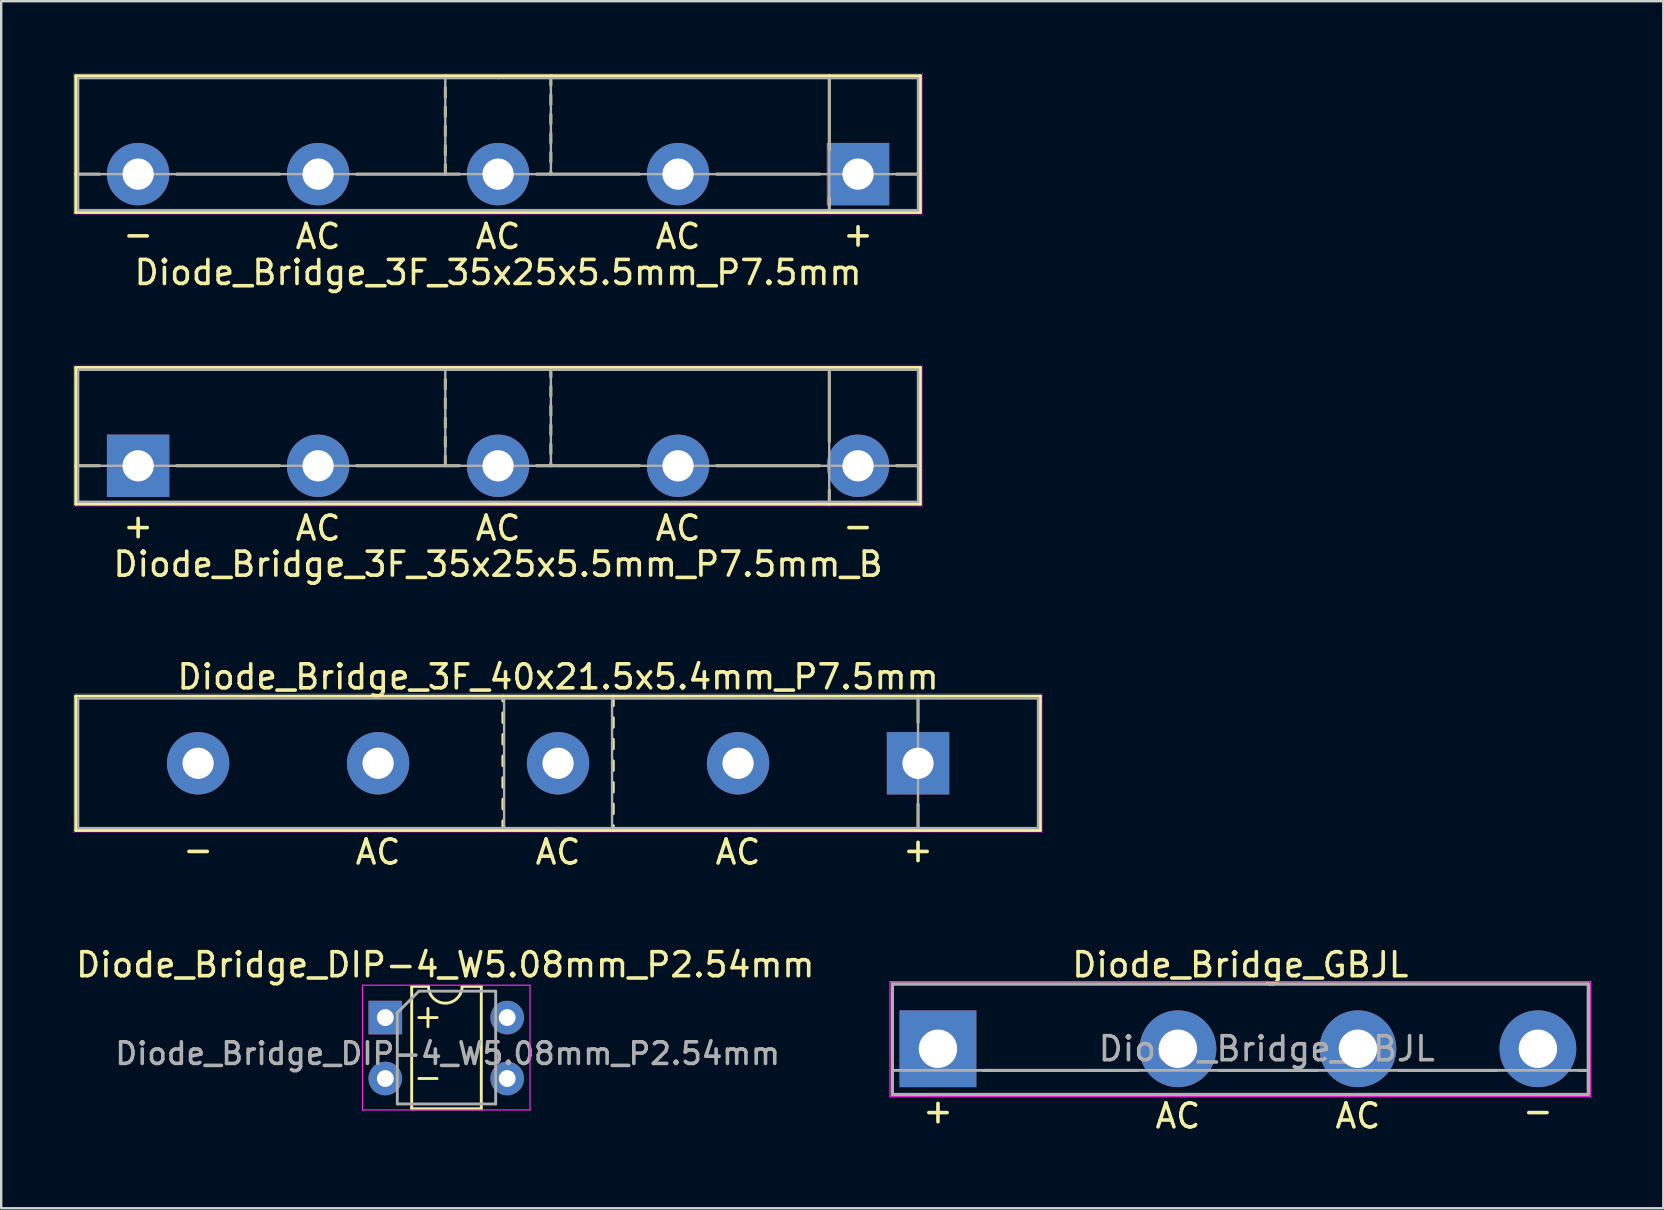
<source format=kicad_pcb>
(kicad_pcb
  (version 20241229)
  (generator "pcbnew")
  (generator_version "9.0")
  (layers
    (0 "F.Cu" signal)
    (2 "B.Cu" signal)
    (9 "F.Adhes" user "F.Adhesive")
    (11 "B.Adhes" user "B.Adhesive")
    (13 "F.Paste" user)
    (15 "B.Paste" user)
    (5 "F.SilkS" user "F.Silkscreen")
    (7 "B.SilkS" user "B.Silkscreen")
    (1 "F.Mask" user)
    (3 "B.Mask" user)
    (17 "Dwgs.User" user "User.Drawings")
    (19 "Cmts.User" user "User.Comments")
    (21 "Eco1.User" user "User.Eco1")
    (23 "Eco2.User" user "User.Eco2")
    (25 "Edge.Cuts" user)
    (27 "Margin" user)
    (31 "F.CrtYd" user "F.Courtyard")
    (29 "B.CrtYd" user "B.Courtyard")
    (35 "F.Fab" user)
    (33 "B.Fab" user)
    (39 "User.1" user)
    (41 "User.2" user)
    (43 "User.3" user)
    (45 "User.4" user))
  (footprint "Diode_Bridge_3F_35x25x5.5mm_P7.5mm"
    (layer "F.Cu")
    (at 32.706 4.206)
    (property "Reference" "Diode_Bridge_3F_35x25x5.5mm_P7.5mm" (at -15 4.1 0) (unlocked yes) (layer "F.SilkS") (effects (font (size 1 1) (thickness 0.15))))
    (fp_line (start -32.6 -4.1) (end 2.6 -4.1) (stroke (width 0.12) (type solid)) (layer "F.SilkS"))
    (fp_line (start -32.6 0) (end -31.6 0) (stroke (width 0.12) (type solid)) (layer "F.SilkS"))
    (fp_line (start -32.6 1.6) (end -32.6 -4.1) (stroke (width 0.12) (type solid)) (layer "F.SilkS"))
    (fp_line (start -28.4 0) (end -24.1 0) (stroke (width 0.12) (type solid)) (layer "F.SilkS"))
    (fp_line (start -20.9 0) (end -16.6 0) (stroke (width 0.12) (type solid)) (layer "F.SilkS"))
    (fp_line (start -17.2 -4) (end -17.2 -4.1) (stroke (width 0.12) (type solid)) (layer "F.SilkS"))
    (fp_line (start -17.2 -3.2) (end -17.2 -3.6) (stroke (width 0.12) (type solid)) (layer "F.SilkS"))
    (fp_line (start -17.2 -2.4) (end -17.2 -2.8) (stroke (width 0.12) (type solid)) (layer "F.SilkS"))
    (fp_line (start -17.2 -1.6) (end -17.2 -2) (stroke (width 0.12) (type solid)) (layer "F.SilkS"))
    (fp_line (start -17.2 -0.8) (end -17.2 -1.2) (stroke (width 0.12) (type solid)) (layer "F.SilkS"))
    (fp_line (start -17.2 0) (end -17.2 -0.4) (stroke (width 0.12) (type solid)) (layer "F.SilkS"))
    (fp_line (start -13.4 0) (end -9.1 0) (stroke (width 0.12) (type solid)) (layer "F.SilkS"))
    (fp_line (start -12.8 -4.1) (end -12.8 -3.7) (stroke (width 0.12) (type solid)) (layer "F.SilkS"))
    (fp_line (start -12.8 -3.3) (end -12.8 -2.9) (stroke (width 0.12) (type solid)) (layer "F.SilkS"))
    (fp_line (start -12.8 -2.5) (end -12.8 -2.1) (stroke (width 0.12) (type solid)) (layer "F.SilkS"))
    (fp_line (start -12.8 -1.7) (end -12.8 -1.3) (stroke (width 0.12) (type solid)) (layer "F.SilkS"))
    (fp_line (start -12.8 -0.9) (end -12.8 -0.5) (stroke (width 0.12) (type solid)) (layer "F.SilkS"))
    (fp_line (start -12.8 -0.1) (end -12.8 0) (stroke (width 0.12) (type solid)) (layer "F.SilkS"))
    (fp_line (start -5.9 0) (end -1.6 0) (stroke (width 0.12) (type solid)) (layer "F.SilkS"))
    (fp_line (start -1.2 -4.1) (end -1.2 -1) (stroke (width 0.12) (type solid)) (layer "F.SilkS"))
    (fp_line (start -1.2 1.6) (end -1.2 1) (stroke (width 0.12) (type solid)) (layer "F.SilkS"))
    (fp_line (start 1.6 0) (end 2.6 0) (stroke (width 0.12) (type solid)) (layer "F.SilkS"))
    (fp_line (start 2.6 -4.1) (end 2.6 1.6) (stroke (width 0.12) (type solid)) (layer "F.SilkS"))
    (fp_line (start 2.6 1.6) (end -32.6 1.6) (stroke (width 0.12) (type solid)) (layer "F.SilkS"))
    (fp_line (start -32.7 -4.2) (end 2.7 -4.2) (stroke (width 0.013) (type solid)) (layer "F.CrtYd"))
    (fp_line (start -32.7 1.7) (end -32.7 -4.2) (stroke (width 0.013) (type solid)) (layer "F.CrtYd"))
    (fp_line (start 2.7 -4.2) (end 2.7 1.7) (stroke (width 0.013) (type solid)) (layer "F.CrtYd"))
    (fp_line (start 2.7 1.7) (end -32.7 1.7) (stroke (width 0.013) (type solid)) (layer "F.CrtYd"))
    (fp_line (start -32.5 0) (end -32.5 -4) (stroke (width 0.1) (type solid)) (layer "F.Fab"))
    (fp_line (start -32.5 0) (end -32.5 1.5) (stroke (width 0.1) (type solid)) (layer "F.Fab"))
    (fp_line (start -32.5 1.5) (end 2.5 1.5) (stroke (width 0.1) (type solid)) (layer "F.Fab"))
    (fp_line (start -17.2 -4) (end -17.2 0) (stroke (width 0.1) (type solid)) (layer "F.Fab"))
    (fp_line (start -15 -4) (end -32.5 -4) (stroke (width 0.1) (type solid)) (layer "F.Fab"))
    (fp_line (start -15 -4) (end 2.5 -4) (stroke (width 0.1) (type solid)) (layer "F.Fab"))
    (fp_line (start -12.8 -4) (end -12.8 0) (stroke (width 0.1) (type solid)) (layer "F.Fab"))
    (fp_line (start -1.2 1.5) (end -1.2 -4) (stroke (width 0.1) (type solid)) (layer "F.Fab"))
    (fp_line (start 2.5 -4) (end 2.5 0) (stroke (width 0.1) (type solid)) (layer "F.Fab"))
    (fp_line (start 2.5 0) (end -32.5 0) (stroke (width 0.1) (type solid)) (layer "F.Fab"))
    (fp_line (start 2.5 1.5) (end 2.5 0) (stroke (width 0.1) (type solid)) (layer "F.Fab"))
    (fp_text user "AC" (at -15 2.6 0) (layer "F.SilkS") (effects (font (size 1 1) (thickness 0.15))))
    (fp_text user "+" (at 0 2.5 0) (layer "F.SilkS") (effects (font (size 1 1) (thickness 0.15))))
    (fp_text user "AC" (at -7.5 2.6 0) (layer "F.SilkS") (effects (font (size 1 1) (thickness 0.15))))
    (fp_text user "-" (at -30 2.5 0) (layer "F.SilkS") (effects (font (size 1 1) (thickness 0.15))))
    (fp_text user "AC" (at -22.5 2.6 0) (layer "F.SilkS") (effects (font (size 1 1) (thickness 0.15))))
    (pad "1" thru_hole rect (at 0 0) (size 2.6 2.6) (drill 1.3) (layers "*.Cu" "*.Mask"))
    (pad "2" thru_hole circle (at -7.5 0) (size 2.6 2.6) (drill 1.3) (layers "*.Cu" "*.Mask"))
    (pad "3" thru_hole circle (at -15 0) (size 2.6 2.6) (drill 1.3) (layers "*.Cu" "*.Mask"))
    (pad "4" thru_hole circle (at -22.5 0) (size 2.6 2.6) (drill 1.3) (layers "*.Cu" "*.Mask"))
    (pad "5" thru_hole circle (at -30 0) (size 2.6 2.6) (drill 1.3) (layers "*.Cu" "*.Mask")))
  (footprint "Diode_Bridge_GBJL"
    (layer "F.Cu")
    (at 36.037 40.654)
    (property "Reference" "Diode_Bridge_GBJL" (at 12.6 -3.5 0) (layer "F.SilkS") (effects (font (size 1 1) (thickness 0.15))))
    (fp_line (start -1.9 -2.7) (end 27.1 -2.7) (stroke (width 0.12) (type solid)) (layer "F.SilkS"))
    (fp_line (start -1.9 1.9) (end -1.9 -2.7) (stroke (width 0.12) (type solid)) (layer "F.SilkS"))
    (fp_line (start 1.9 0.9) (end 8.3 0.9) (stroke (width 0.12) (type solid)) (layer "F.SilkS"))
    (fp_line (start 11.7 0.9) (end 15.8 0.9) (stroke (width 0.12) (type solid)) (layer "F.SilkS"))
    (fp_line (start 19.2 0.9) (end 23.3 0.9) (stroke (width 0.12) (type solid)) (layer "F.SilkS"))
    (fp_line (start 27.1 -2.7) (end 27.1 1.9) (stroke (width 0.12) (type solid)) (layer "F.SilkS"))
    (fp_line (start 27.1 0.9) (end 26.7 0.9) (stroke (width 0.12) (type solid)) (layer "F.SilkS"))
    (fp_line (start 27.1 1.9) (end -1.9 1.9) (stroke (width 0.12) (type solid)) (layer "F.SilkS"))
    (fp_line (start -2 -2.8) (end 27.2 -2.8) (stroke (width 0.05) (type solid)) (layer "F.CrtYd"))
    (fp_line (start -2 2) (end -2 -2.8) (stroke (width 0.05) (type solid)) (layer "F.CrtYd"))
    (fp_line (start 27.2 -2.8) (end 27.2 2) (stroke (width 0.05) (type solid)) (layer "F.CrtYd"))
    (fp_line (start 27.2 2) (end -2 2) (stroke (width 0.05) (type solid)) (layer "F.CrtYd"))
    (fp_line (start -1.9 -2.7) (end -1.9 1.9) (stroke (width 0.12) (type solid)) (layer "F.Fab"))
    (fp_line (start -1.9 0.9) (end 27.1 0.9) (stroke (width 0.12) (type solid)) (layer "F.Fab"))
    (fp_line (start -1.9 1.9) (end 27.1 1.9) (stroke (width 0.12) (type solid)) (layer "F.Fab"))
    (fp_line (start 27.1 -2.7) (end -1.9 -2.7) (stroke (width 0.12) (type solid)) (layer "F.Fab"))
    (fp_line (start 27.1 1.9) (end 27.1 -2.7) (stroke (width 0.12) (type solid)) (layer "F.Fab"))
    (fp_text user "+" (at 0 2.586 0) (layer "F.SilkS") (effects (font (size 1 1) (thickness 0.15))))
    (fp_text user "AC" (at 10 2.8 0) (layer "F.SilkS") (effects (font (size 1 1) (thickness 0.15))))
    (fp_text user "AC" (at 17.5 2.8 0) (layer "F.SilkS") (effects (font (size 1 1) (thickness 0.15))))
    (fp_text user "-" (at 25 2.586 0) (layer "F.SilkS") (effects (font (size 1 1) (thickness 0.15))))
    (fp_text user "${REFERENCE}" (at 13.7 0 0) (layer "F.Fab") (effects (font (size 1 1) (thickness 0.15))))
    (pad "1" thru_hole rect (at 0 0 180) (size 3.2 3.2) (drill 1.6) (layers "*.Cu" "*.Mask"))
    (pad "2" thru_hole circle (at 10 0 180) (size 3.2 3.2) (drill 1.6) (layers "*.Cu" "*.Mask"))
    (pad "3" thru_hole circle (at 17.5 0 180) (size 3.2 3.2) (drill 1.6) (layers "*.Cu" "*.Mask"))
    (pad "4" thru_hole circle (at 25 0 180) (size 3.2 3.2) (drill 1.6) (layers "*.Cu" "*.Mask")))
  (footprint "Diode_Bridge_DIP-4_W5.08mm_P2.54mm"
    (layer "F.Cu")
    (at 13.006 39.354)
    (property "Reference" "Diode_Bridge_DIP-4_W5.08mm_P2.54mm" (at 2.5 -2.2 0) (layer "F.SilkS") (effects (font (size 1 1) (thickness 0.15))))
    (attr through_hole)
    (fp_line (start 1.1 -1.3) (end 1.1 3.8) (stroke (width 0.12) (type solid)) (layer "F.SilkS"))
    (fp_line (start 1.1 3.8) (end 4 3.8) (stroke (width 0.12) (type solid)) (layer "F.SilkS"))
    (fp_line (start 1.397 0) (end 2.159 0) (stroke (width 0.12) (type solid)) (layer "F.SilkS"))
    (fp_line (start 1.397 2.54) (end 2.159 2.54) (stroke (width 0.12) (type solid)) (layer "F.SilkS"))
    (fp_line (start 1.778 -0.381) (end 1.778 0.381) (stroke (width 0.12) (type solid)) (layer "F.SilkS"))
    (fp_line (start 1.8 -1.3) (end 1.1 -1.3) (stroke (width 0.12) (type solid)) (layer "F.SilkS"))
    (fp_line (start 4 -1.3) (end 3.2 -1.3) (stroke (width 0.12) (type solid)) (layer "F.SilkS"))
    (fp_line (start 4 3.8) (end 4 -1.3) (stroke (width 0.12) (type solid)) (layer "F.SilkS"))
    (fp_arc (start 3.2 -1.3) (mid 2.5 -0.6) (end 1.8 -1.3) (stroke (width 0.12) (type solid)) (layer "F.SilkS"))
    (fp_line (start -0.95 -1.35) (end -0.95 3.85) (stroke (width 0.05) (type solid)) (layer "F.CrtYd"))
    (fp_line (start -0.95 -1.35) (end 6.03 -1.35) (stroke (width 0.05) (type solid)) (layer "F.CrtYd"))
    (fp_line (start 6.03 3.85) (end -0.95 3.85) (stroke (width 0.05) (type solid)) (layer "F.CrtYd"))
    (fp_line (start 6.03 3.85) (end 6.03 -1.35) (stroke (width 0.05) (type solid)) (layer "F.CrtYd"))
    (fp_line (start 0.5 -0.2) (end 1.4 -1.1) (stroke (width 0.12) (type solid)) (layer "F.Fab"))
    (fp_line (start 0.5 3.6) (end 0.5 -0.2) (stroke (width 0.12) (type solid)) (layer "F.Fab"))
    (fp_line (start 1.4 -1.1) (end 4.6 -1.1) (stroke (width 0.12) (type solid)) (layer "F.Fab"))
    (fp_line (start 4.6 -1.1) (end 4.6 3.6) (stroke (width 0.12) (type solid)) (layer "F.Fab"))
    (fp_line (start 4.6 3.6) (end 0.5 3.6) (stroke (width 0.12) (type solid)) (layer "F.Fab"))
    (fp_text user "${REFERENCE}" (at 2.6 1.5 0) (layer "F.Fab") (effects (font (size 0.9 0.9) (thickness 0.15))))
    (pad "1" thru_hole rect (at 0 0) (size 1.4 1.4) (drill 0.7) (layers "*.Cu" "*.Mask"))
    (pad "2" thru_hole circle (at 0 2.54) (size 1.4 1.4) (drill 0.7) (layers "*.Cu" "*.Mask"))
    (pad "3" thru_hole circle (at 5.08 2.54) (size 1.4 1.4) (drill 0.7) (layers "*.Cu" "*.Mask"))
    (pad "4" thru_hole circle (at 5.08 0) (size 1.4 1.4) (drill 0.7) (layers "*.Cu" "*.Mask")))
  (footprint "Diode_Bridge_3F_35x25x5.5mm_P7.5mm_B"
    (layer "F.Cu")
    (at 2.706 16.361)
    (property "Reference" "Diode_Bridge_3F_35x25x5.5mm_P7.5mm_B" (at 15 4.1 0) (unlocked yes) (layer "F.SilkS") (effects (font (size 1 1) (thickness 0.15))))
    (fp_line (start -2.6 -4.1) (end 32.6 -4.1) (stroke (width 0.12) (type solid)) (layer "F.SilkS"))
    (fp_line (start -2.6 0) (end -1.6 0) (stroke (width 0.12) (type solid)) (layer "F.SilkS"))
    (fp_line (start -2.6 1.6) (end -2.6 -4.1) (stroke (width 0.12) (type solid)) (layer "F.SilkS"))
    (fp_line (start 1.6 0) (end 5.9 0) (stroke (width 0.12) (type solid)) (layer "F.SilkS"))
    (fp_line (start 9.1 0) (end 13.4 0) (stroke (width 0.12) (type solid)) (layer "F.SilkS"))
    (fp_line (start 12.8 -4) (end 12.8 -4.1) (stroke (width 0.12) (type solid)) (layer "F.SilkS"))
    (fp_line (start 12.8 -3.2) (end 12.8 -3.6) (stroke (width 0.12) (type solid)) (layer "F.SilkS"))
    (fp_line (start 12.8 -2.4) (end 12.8 -2.8) (stroke (width 0.12) (type solid)) (layer "F.SilkS"))
    (fp_line (start 12.8 -1.6) (end 12.8 -2) (stroke (width 0.12) (type solid)) (layer "F.SilkS"))
    (fp_line (start 12.8 -0.8) (end 12.8 -1.2) (stroke (width 0.12) (type solid)) (layer "F.SilkS"))
    (fp_line (start 12.8 0) (end 12.8 -0.4) (stroke (width 0.12) (type solid)) (layer "F.SilkS"))
    (fp_line (start 16.6 0) (end 20.9 0) (stroke (width 0.12) (type solid)) (layer "F.SilkS"))
    (fp_line (start 17.2 -4.1) (end 17.2 -3.7) (stroke (width 0.12) (type solid)) (layer "F.SilkS"))
    (fp_line (start 17.2 -3.3) (end 17.2 -2.9) (stroke (width 0.12) (type solid)) (layer "F.SilkS"))
    (fp_line (start 17.2 -2.5) (end 17.2 -2.1) (stroke (width 0.12) (type solid)) (layer "F.SilkS"))
    (fp_line (start 17.2 -1.7) (end 17.2 -1.3) (stroke (width 0.12) (type solid)) (layer "F.SilkS"))
    (fp_line (start 17.2 -0.9) (end 17.2 -0.5) (stroke (width 0.12) (type solid)) (layer "F.SilkS"))
    (fp_line (start 17.2 -0.1) (end 17.2 0) (stroke (width 0.12) (type solid)) (layer "F.SilkS"))
    (fp_line (start 24.1 0) (end 28.4 0) (stroke (width 0.12) (type solid)) (layer "F.SilkS"))
    (fp_line (start 28.8 -4.1) (end 28.8 -1) (stroke (width 0.12) (type solid)) (layer "F.SilkS"))
    (fp_line (start 28.8 1.6) (end 28.8 1) (stroke (width 0.12) (type solid)) (layer "F.SilkS"))
    (fp_line (start 31.6 0) (end 32.6 0) (stroke (width 0.12) (type solid)) (layer "F.SilkS"))
    (fp_line (start 32.6 -4.1) (end 32.6 1.6) (stroke (width 0.12) (type solid)) (layer "F.SilkS"))
    (fp_line (start 32.6 1.6) (end -2.6 1.6) (stroke (width 0.12) (type solid)) (layer "F.SilkS"))
    (fp_line (start -2.7 -4.2) (end 32.7 -4.2) (stroke (width 0.013) (type solid)) (layer "F.CrtYd"))
    (fp_line (start -2.7 1.7) (end -2.7 -4.2) (stroke (width 0.013) (type solid)) (layer "F.CrtYd"))
    (fp_line (start 32.7 -4.2) (end 32.7 1.7) (stroke (width 0.013) (type solid)) (layer "F.CrtYd"))
    (fp_line (start 32.7 1.7) (end -2.7 1.7) (stroke (width 0.013) (type solid)) (layer "F.CrtYd"))
    (fp_line (start -2.5 0) (end -2.5 -4) (stroke (width 0.1) (type solid)) (layer "F.Fab"))
    (fp_line (start -2.5 0) (end -2.5 1.5) (stroke (width 0.1) (type solid)) (layer "F.Fab"))
    (fp_line (start -2.5 1.5) (end 32.5 1.5) (stroke (width 0.1) (type solid)) (layer "F.Fab"))
    (fp_line (start 12.8 -4) (end 12.8 0) (stroke (width 0.1) (type solid)) (layer "F.Fab"))
    (fp_line (start 15 -4) (end -2.5 -4) (stroke (width 0.1) (type solid)) (layer "F.Fab"))
    (fp_line (start 15 -4) (end 32.5 -4) (stroke (width 0.1) (type solid)) (layer "F.Fab"))
    (fp_line (start 17.2 -4) (end 17.2 0) (stroke (width 0.1) (type solid)) (layer "F.Fab"))
    (fp_line (start 28.8 1.5) (end 28.8 -4) (stroke (width 0.1) (type solid)) (layer "F.Fab"))
    (fp_line (start 32.5 -4) (end 32.5 0) (stroke (width 0.1) (type solid)) (layer "F.Fab"))
    (fp_line (start 32.5 0) (end -2.5 0) (stroke (width 0.1) (type solid)) (layer "F.Fab"))
    (fp_line (start 32.5 1.5) (end 32.5 0) (stroke (width 0.1) (type solid)) (layer "F.Fab"))
    (fp_text user "AC" (at 15 2.6 0) (layer "F.SilkS") (effects (font (size 1 1) (thickness 0.15))))
    (fp_text user "AC" (at 7.5 2.6 0) (layer "F.SilkS") (effects (font (size 1 1) (thickness 0.15))))
    (fp_text user "+" (at 0 2.5 0) (layer "F.SilkS") (effects (font (size 1 1) (thickness 0.15))))
    (fp_text user "AC" (at 22.5 2.6 0) (layer "F.SilkS") (effects (font (size 1 1) (thickness 0.15))))
    (fp_text user "-" (at 30 2.5 0) (layer "F.SilkS") (effects (font (size 1 1) (thickness 0.15))))
    (pad "1" thru_hole rect (at 0 0) (size 2.6 2.6) (drill 1.3) (layers "*.Cu" "*.Mask"))
    (pad "2" thru_hole circle (at 7.5 0) (size 2.6 2.6) (drill 1.3) (layers "*.Cu" "*.Mask"))
    (pad "3" thru_hole circle (at 15 0) (size 2.6 2.6) (drill 1.3) (layers "*.Cu" "*.Mask"))
    (pad "4" thru_hole circle (at 22.5 0) (size 2.6 2.6) (drill 1.3) (layers "*.Cu" "*.Mask"))
    (pad "5" thru_hole circle (at 30 0) (size 2.6 2.6) (drill 1.3) (layers "*.Cu" "*.Mask")))
  (footprint "Diode_Bridge_3F_40x21.5x5.4mm_P7.5mm"
    (layer "F.Cu")
    (at 35.206 28.757)
    (property "Reference" "Diode_Bridge_3F_40x21.5x5.4mm_P7.5mm" (at -15 -3.6 0) (unlocked yes) (layer "F.SilkS") (effects (font (size 1 1) (thickness 0.15))))
    (fp_line (start -35.1 -2.8) (end 5.1 -2.8) (stroke (width 0.12) (type solid)) (layer "F.SilkS"))
    (fp_line (start -35.1 2.8) (end -35.1 -2.8) (stroke (width 0.12) (type solid)) (layer "F.SilkS"))
    (fp_line (start -17.3 -2.6) (end -17.3 -2.8) (stroke (width 0.12) (type solid)) (layer "F.SilkS"))
    (fp_line (start -17.3 -1.7) (end -17.3 -2.1) (stroke (width 0.12) (type solid)) (layer "F.SilkS"))
    (fp_line (start -17.3 -0.8) (end -17.3 -1.2) (stroke (width 0.12) (type solid)) (layer "F.SilkS"))
    (fp_line (start -17.3 0.1) (end -17.3 -0.3) (stroke (width 0.12) (type solid)) (layer "F.SilkS"))
    (fp_line (start -17.3 1) (end -17.3 0.6) (stroke (width 0.12) (type solid)) (layer "F.SilkS"))
    (fp_line (start -17.3 1.9) (end -17.3 1.5) (stroke (width 0.12) (type solid)) (layer "F.SilkS"))
    (fp_line (start -17.3 2.8) (end -17.3 2.4) (stroke (width 0.12) (type solid)) (layer "F.SilkS"))
    (fp_line (start -12.7 -2.8) (end -12.7 -2.4) (stroke (width 0.12) (type solid)) (layer "F.SilkS"))
    (fp_line (start -12.7 -1.9) (end -12.7 -1.5) (stroke (width 0.12) (type solid)) (layer "F.SilkS"))
    (fp_line (start -12.7 -1) (end -12.7 -0.6) (stroke (width 0.12) (type solid)) (layer "F.SilkS"))
    (fp_line (start -12.7 -0.1) (end -12.7 0.3) (stroke (width 0.12) (type solid)) (layer "F.SilkS"))
    (fp_line (start -12.7 0.8) (end -12.7 1.2) (stroke (width 0.12) (type solid)) (layer "F.SilkS"))
    (fp_line (start -12.7 1.7) (end -12.7 2.1) (stroke (width 0.12) (type solid)) (layer "F.SilkS"))
    (fp_line (start -12.7 2.6) (end -12.7 2.8) (stroke (width 0.12) (type solid)) (layer "F.SilkS"))
    (fp_line (start 0 -1.7) (end 0 -2.8) (stroke (width 0.12) (type solid)) (layer "F.SilkS"))
    (fp_line (start 0 2.8) (end 0 1.7) (stroke (width 0.12) (type solid)) (layer "F.SilkS"))
    (fp_line (start 5.1 -2.8) (end 5.1 2.8) (stroke (width 0.12) (type solid)) (layer "F.SilkS"))
    (fp_line (start 5.1 2.8) (end -35.1 2.8) (stroke (width 0.12) (type solid)) (layer "F.SilkS"))
    (fp_line (start -35.2 -2.9) (end -35.2 2.9) (stroke (width 0.013) (type solid)) (layer "F.CrtYd"))
    (fp_line (start -35.2 2.9) (end 5.2 2.9) (stroke (width 0.013) (type solid)) (layer "F.CrtYd"))
    (fp_line (start 5.2 -2.9) (end -35.2 -2.9) (stroke (width 0.013) (type solid)) (layer "F.CrtYd"))
    (fp_line (start 5.2 2.9) (end 5.2 -2.9) (stroke (width 0.013) (type solid)) (layer "F.CrtYd"))
    (fp_line (start -35 -2.7) (end 5 -2.7) (stroke (width 0.1) (type solid)) (layer "F.Fab"))
    (fp_line (start -35 2.7) (end -35 -2.7) (stroke (width 0.1) (type solid)) (layer "F.Fab"))
    (fp_line (start -17.25 0) (end -17.25 -2.7) (stroke (width 0.1) (type solid)) (layer "F.Fab"))
    (fp_line (start -17.25 0) (end -17.25 2.65) (stroke (width 0.1) (type solid)) (layer "F.Fab"))
    (fp_line (start -17.25 2.65) (end -17.25 2.7) (stroke (width 0.1) (type solid)) (layer "F.Fab"))
    (fp_line (start -15 2.7) (end -35 2.7) (stroke (width 0.1) (type solid)) (layer "F.Fab"))
    (fp_line (start -12.75 0) (end -12.75 -2.7) (stroke (width 0.1) (type solid)) (layer "F.Fab"))
    (fp_line (start -12.75 0) (end -12.75 2.7) (stroke (width 0.1) (type solid)) (layer "F.Fab"))
    (fp_line (start 0 2.7) (end 0 -2.7) (stroke (width 0.1) (type solid)) (layer "F.Fab"))
    (fp_line (start 5 -2.7) (end 5 2.7) (stroke (width 0.1) (type solid)) (layer "F.Fab"))
    (fp_line (start 5 2.7) (end -15 2.7) (stroke (width 0.1) (type solid)) (layer "F.Fab"))
    (fp_text user "AC" (at -7.5 3.7 0) (layer "F.SilkS") (effects (font (size 1 1) (thickness 0.15))))
    (fp_text user "+" (at 0 3.6 0) (layer "F.SilkS") (effects (font (size 1 1) (thickness 0.15))))
    (fp_text user "-" (at -30 3.6 0) (layer "F.SilkS") (effects (font (size 1 1) (thickness 0.15))))
    (fp_text user "AC" (at -22.5 3.7 0) (layer "F.SilkS") (effects (font (size 1 1) (thickness 0.15))))
    (fp_text user "AC" (at -15 3.7 0) (layer "F.SilkS") (effects (font (size 1 1) (thickness 0.15))))
    (pad "1" thru_hole rect (at 0 0) (size 2.6 2.6) (drill 1.3) (layers "*.Cu" "*.Mask"))
    (pad "2" thru_hole circle (at -7.5 0) (size 2.6 2.6) (drill 1.3) (layers "*.Cu" "*.Mask"))
    (pad "3" thru_hole circle (at -15 0) (size 2.6 2.6) (drill 1.3) (layers "*.Cu" "*.Mask"))
    (pad "4" thru_hole circle (at -22.5 0) (size 2.6 2.6) (drill 1.3) (layers "*.Cu" "*.Mask"))
    (pad "5" thru_hole circle (at -30 0) (size 2.6 2.6) (drill 1.3) (layers "*.Cu" "*.Mask")))
  (gr_rect
    (start -3 -3)
    (end 66.262 47.302)
    (stroke (width 0.1) (type default))
    (fill no)
    (layer "Edge.Cuts")))
</source>
